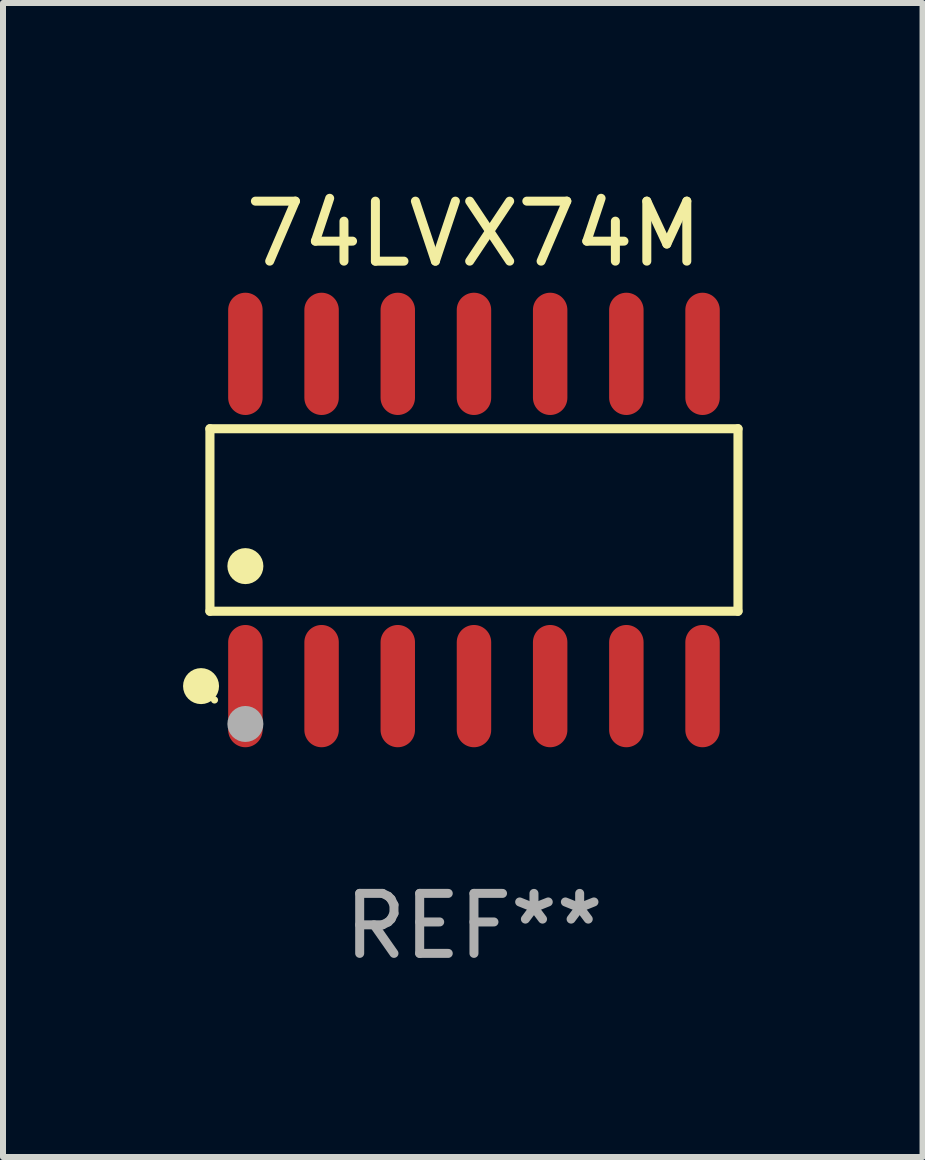
<source format=kicad_pcb>
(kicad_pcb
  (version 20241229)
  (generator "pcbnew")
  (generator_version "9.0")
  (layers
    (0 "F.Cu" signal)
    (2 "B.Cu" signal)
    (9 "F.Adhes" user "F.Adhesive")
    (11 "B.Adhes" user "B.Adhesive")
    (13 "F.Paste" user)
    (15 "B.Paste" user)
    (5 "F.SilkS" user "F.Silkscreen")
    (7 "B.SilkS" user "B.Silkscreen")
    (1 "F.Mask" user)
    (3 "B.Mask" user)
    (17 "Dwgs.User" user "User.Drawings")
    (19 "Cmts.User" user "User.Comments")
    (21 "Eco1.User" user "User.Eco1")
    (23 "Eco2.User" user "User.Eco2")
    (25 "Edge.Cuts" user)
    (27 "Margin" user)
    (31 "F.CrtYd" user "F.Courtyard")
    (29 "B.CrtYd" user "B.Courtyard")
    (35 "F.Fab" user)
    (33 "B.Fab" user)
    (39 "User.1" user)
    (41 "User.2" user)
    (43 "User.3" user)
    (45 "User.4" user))
  (footprint "74LVX74M"
    (layer "F.Cu")
    (at 4.85 5.617)
    (property "Reference" "74LVX74M" (at 0 -4.769 0) (layer "F.SilkS") (effects (font (size 1 1) (thickness 0.15))))
    (attr through_hole)
    (fp_line (start -4.401 -1.521) (end 4.401 -1.521) (stroke (width 0.152) (type solid)) (layer "F.SilkS"))
    (fp_line (start -4.401 1.521) (end -4.401 -1.521) (stroke (width 0.152) (type solid)) (layer "F.SilkS"))
    (fp_line (start 4.401 -1.521) (end 4.401 1.521) (stroke (width 0.152) (type solid)) (layer "F.SilkS"))
    (fp_line (start 4.401 1.521) (end -4.401 1.521) (stroke (width 0.152) (type solid)) (layer "F.SilkS"))
    (fp_circle (center -4.549 2.769) (end -4.399 2.769) (stroke (width 0.3) (type solid)) (fill no) (layer "F.SilkS"))
    (fp_circle (center -4.325 3) (end -4.295 3) (stroke (width 0.06) (type solid)) (fill no) (layer "F.SilkS"))
    (fp_circle (center -3.81 0.769) (end -3.66 0.769) (stroke (width 0.3) (type solid)) (fill no) (layer "F.SilkS"))
    (fp_circle (center -3.81 3.4) (end -3.66 3.4) (stroke (width 0.3) (type solid)) (fill no) (layer "F.Fab"))
    (fp_text user "REF**" (at 0 6.769 0) (layer "F.Fab") (effects (font (size 1 1) (thickness 0.15))))
    (pad "1" smd oval (at -3.81 2.769) (size 0.574 2.038) (layers "F.Cu" "F.Mask" "F.Paste"))
    (pad "2" smd oval (at -2.54 2.769) (size 0.574 2.038) (layers "F.Cu" "F.Mask" "F.Paste"))
    (pad "3" smd oval (at -1.27 2.769) (size 0.574 2.038) (layers "F.Cu" "F.Mask" "F.Paste"))
    (pad "4" smd oval (at 0 2.769) (size 0.574 2.038) (layers "F.Cu" "F.Mask" "F.Paste"))
    (pad "5" smd oval (at 1.27 2.769) (size 0.574 2.038) (layers "F.Cu" "F.Mask" "F.Paste"))
    (pad "6" smd oval (at 2.54 2.769) (size 0.574 2.038) (layers "F.Cu" "F.Mask" "F.Paste"))
    (pad "7" smd oval (at 3.81 2.769) (size 0.574 2.038) (layers "F.Cu" "F.Mask" "F.Paste"))
    (pad "8" smd oval (at 3.81 -2.769) (size 0.574 2.038) (layers "F.Cu" "F.Mask" "F.Paste"))
    (pad "9" smd oval (at 2.54 -2.769) (size 0.574 2.038) (layers "F.Cu" "F.Mask" "F.Paste"))
    (pad "10" smd oval (at 1.27 -2.769) (size 0.574 2.038) (layers "F.Cu" "F.Mask" "F.Paste"))
    (pad "11" smd oval (at 0 -2.769) (size 0.574 2.038) (layers "F.Cu" "F.Mask" "F.Paste"))
    (pad "12" smd oval (at -1.27 -2.769) (size 0.574 2.038) (layers "F.Cu" "F.Mask" "F.Paste"))
    (pad "13" smd oval (at -2.54 -2.769) (size 0.574 2.038) (layers "F.Cu" "F.Mask" "F.Paste"))
    (pad "14" smd oval (at -3.81 -2.769) (size 0.574 2.038) (layers "F.Cu" "F.Mask" "F.Paste")))
  (gr_rect
    (start -3 -3)
    (end 12.327 16.235)
    (stroke (width 0.1) (type default))
    (fill no)
    (layer "Edge.Cuts")))
</source>
